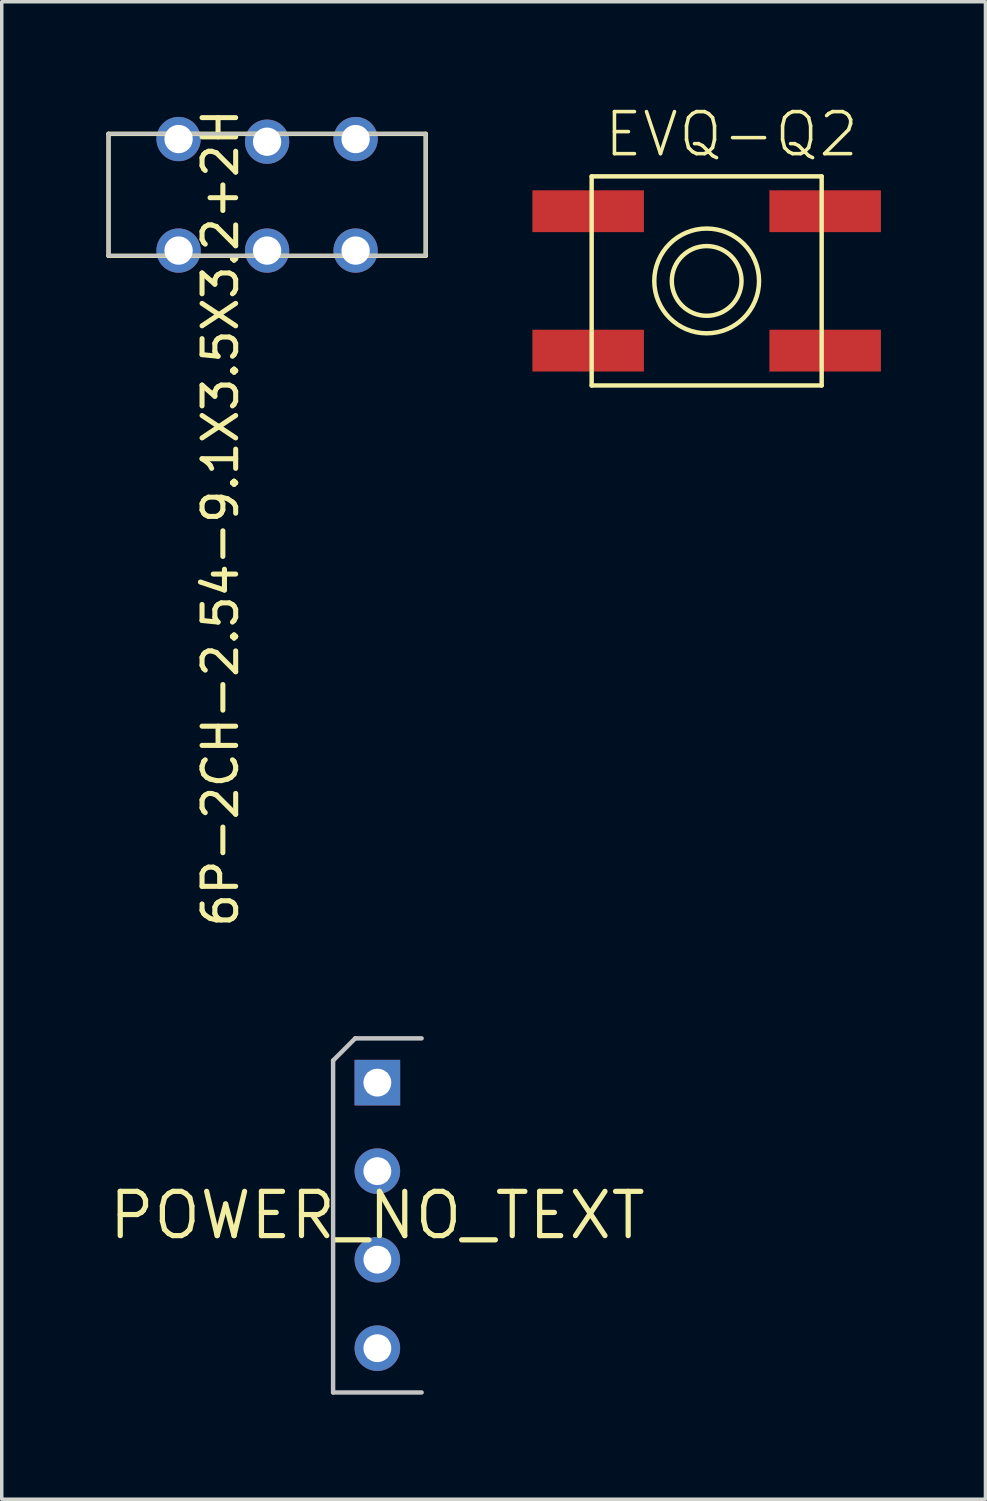
<source format=kicad_pcb>
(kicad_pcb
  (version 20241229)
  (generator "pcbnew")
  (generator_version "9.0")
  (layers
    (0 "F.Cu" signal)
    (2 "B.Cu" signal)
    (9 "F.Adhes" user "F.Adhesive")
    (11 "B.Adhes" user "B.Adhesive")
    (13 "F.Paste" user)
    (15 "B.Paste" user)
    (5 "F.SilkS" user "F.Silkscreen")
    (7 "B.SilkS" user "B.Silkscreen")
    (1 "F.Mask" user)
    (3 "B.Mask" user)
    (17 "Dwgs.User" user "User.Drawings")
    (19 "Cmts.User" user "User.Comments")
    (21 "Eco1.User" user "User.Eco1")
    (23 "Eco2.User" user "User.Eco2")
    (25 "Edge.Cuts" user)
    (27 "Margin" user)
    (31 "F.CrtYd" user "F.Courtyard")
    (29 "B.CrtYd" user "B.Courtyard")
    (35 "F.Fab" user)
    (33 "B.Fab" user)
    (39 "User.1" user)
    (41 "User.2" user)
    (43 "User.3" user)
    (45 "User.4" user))
  (footprint "EVQ-Q2"
    (layer "F.Cu")
    (at 17.227 5.011)
    (property "Reference" "EVQ-Q2" (at -3 -3.5 0) (layer "F.SilkS") (effects (font (size 1.206 1.206) (thickness 0.102)) (justify left bottom)))
    (attr through_hole)
    (fp_line (start -3.3 -3) (end 3.3 -3) (stroke (width 0.127) (type solid)) (layer "F.SilkS"))
    (fp_line (start -3.3 3) (end -3.3 -3) (stroke (width 0.127) (type solid)) (layer "F.SilkS"))
    (fp_line (start 3.3 -3) (end 3.3 3) (stroke (width 0.127) (type solid)) (layer "F.SilkS"))
    (fp_line (start 3.3 3) (end -3.3 3) (stroke (width 0.127) (type solid)) (layer "F.SilkS"))
    (fp_circle (center 0 0) (end 1 0) (stroke (width 0.127) (type solid)) (fill no) (layer "F.SilkS"))
    (fp_circle (center 0 0) (end 1.503 0) (stroke (width 0.127) (type solid)) (fill no) (layer "F.SilkS"))
    (pad "A" smd rect (at -3.4 2) (size 3.2 1.2) (layers "F.Cu" "F.Mask" "F.Paste"))
    (pad "A'" smd rect (at 3.4 2) (size 3.2 1.2) (layers "F.Cu" "F.Mask" "F.Paste"))
    (pad "B" smd rect (at -3.4 -2) (size 3.2 1.2) (layers "F.Cu" "F.Mask" "F.Paste"))
    (pad "B'" smd rect (at 3.4 -2) (size 3.2 1.2) (layers "F.Cu" "F.Mask" "F.Paste")))
  (footprint "POWER_NO_TEXT"
    (layer "F.Cu")
    (at 7.778 31.825)
    (property "Reference" "POWER_NO_TEXT" (at 0 0 0) (layer "F.SilkS") (effects (font (size 1.27 1.27) (thickness 0.15))))
    (attr through_hole)
    (fp_line (start -1.27 -4.445) (end -0.635 -5.08) (stroke (width 0.127) (type solid)) (layer "Dwgs.User"))
    (fp_line (start -1.27 5.08) (end -1.27 -4.445) (stroke (width 0.127) (type solid)) (layer "Dwgs.User"))
    (fp_line (start -1.27 5.08) (end 1.27 5.08) (stroke (width 0.127) (type solid)) (layer "Dwgs.User"))
    (fp_line (start -0.635 -5.08) (end 1.27 -5.08) (stroke (width 0.127) (type solid)) (layer "Dwgs.User"))
    (fp_poly (pts (xy -0.254 -3.556) (xy 0.254 -3.556) (xy 0.254 -4.064) (xy -0.254 -4.064)) (stroke (width 0.1) (type solid)) (fill no) (layer "F.Fab"))
    (fp_poly (pts (xy -0.254 -1.016) (xy 0.254 -1.016) (xy 0.254 -1.524) (xy -0.254 -1.524)) (stroke (width 0.1) (type solid)) (fill no) (layer "F.Fab"))
    (fp_poly (pts (xy -0.254 1.524) (xy 0.254 1.524) (xy 0.254 1.016) (xy -0.254 1.016)) (stroke (width 0.1) (type solid)) (fill no) (layer "F.Fab"))
    (fp_poly (pts (xy -0.254 4.064) (xy 0.254 4.064) (xy 0.254 3.556) (xy -0.254 3.556)) (stroke (width 0.1) (type solid)) (fill no) (layer "F.Fab"))
    (pad "P1" thru_hole rect (at 0 -3.81 270) (size 1.308 1.308) (drill 0.8) (layers "*.Cu" "*.Mask"))
    (pad "P2" thru_hole circle (at 0 -1.27 270) (size 1.308 1.308) (drill 0.8) (layers "*.Cu" "*.Mask"))
    (pad "P3" thru_hole circle (at 0 1.27 270) (size 1.308 1.308) (drill 0.8) (layers "*.Cu" "*.Mask"))
    (pad "P4" thru_hole circle (at 0 3.81 270) (size 1.308 1.308) (drill 0.8) (layers "*.Cu" "*.Mask")))
  (footprint "6P-2CH-2.54-9.1X3.5X3.2+2H"
    (layer "F.Cu")
    (at 4.614 2.54)
    (property "Reference" "6P-2CH-2.54-9.1X3.5X3.2+2H" (at -1.905 -2.54 270) (layer "F.SilkS") (effects (font (size 0.965 0.965) (thickness 0.145)) (justify right top)))
    (attr through_hole)
    (fp_line (start -4.55 -1.75) (end 4.55 -1.75) (stroke (width 0.127) (type solid)) (layer "F.SilkS"))
    (fp_line (start -4.55 1.75) (end -4.55 -1.75) (stroke (width 0.127) (type solid)) (layer "F.SilkS"))
    (fp_line (start 4.55 -1.75) (end 4.55 1.75) (stroke (width 0.127) (type solid)) (layer "F.SilkS"))
    (fp_line (start 4.55 1.75) (end -4.55 1.75) (stroke (width 0.127) (type solid)) (layer "F.SilkS"))
    (fp_poly (pts (xy 4.55 1.75) (xy 4.55 -1.75) (xy -4.55 -1.75) (xy -4.55 1.75)) (stroke (width 0.1) (type solid)) (fill no) (layer "Dwgs.User"))
    (pad "CH1A" thru_hole circle (at -2.54 1.6 90) (size 1.27 1.27) (drill 0.813) (layers "*.Cu" "*.Mask"))
    (pad "CH1B" thru_hole circle (at 2.54 1.6 90) (size 1.27 1.27) (drill 0.813) (layers "*.Cu" "*.Mask"))
    (pad "CH2A" thru_hole circle (at -2.54 -1.6 90) (size 1.27 1.27) (drill 0.813) (layers "*.Cu" "*.Mask"))
    (pad "CH2B" thru_hole circle (at 2.54 -1.6 90) (size 1.27 1.27) (drill 0.813) (layers "*.Cu" "*.Mask"))
    (pad "COM1" thru_hole circle (at 0 1.6 90) (size 1.27 1.27) (drill 0.813) (layers "*.Cu" "*.Mask"))
    (pad "COM2" thru_hole circle (at 0 -1.524 90) (size 1.27 1.27) (drill 0.813) (layers "*.Cu" "*.Mask")))
  (gr_rect
    (start -3 -3)
    (end 25.227 39.969)
    (stroke (width 0.1) (type default))
    (fill no)
    (layer "Edge.Cuts")))
</source>
